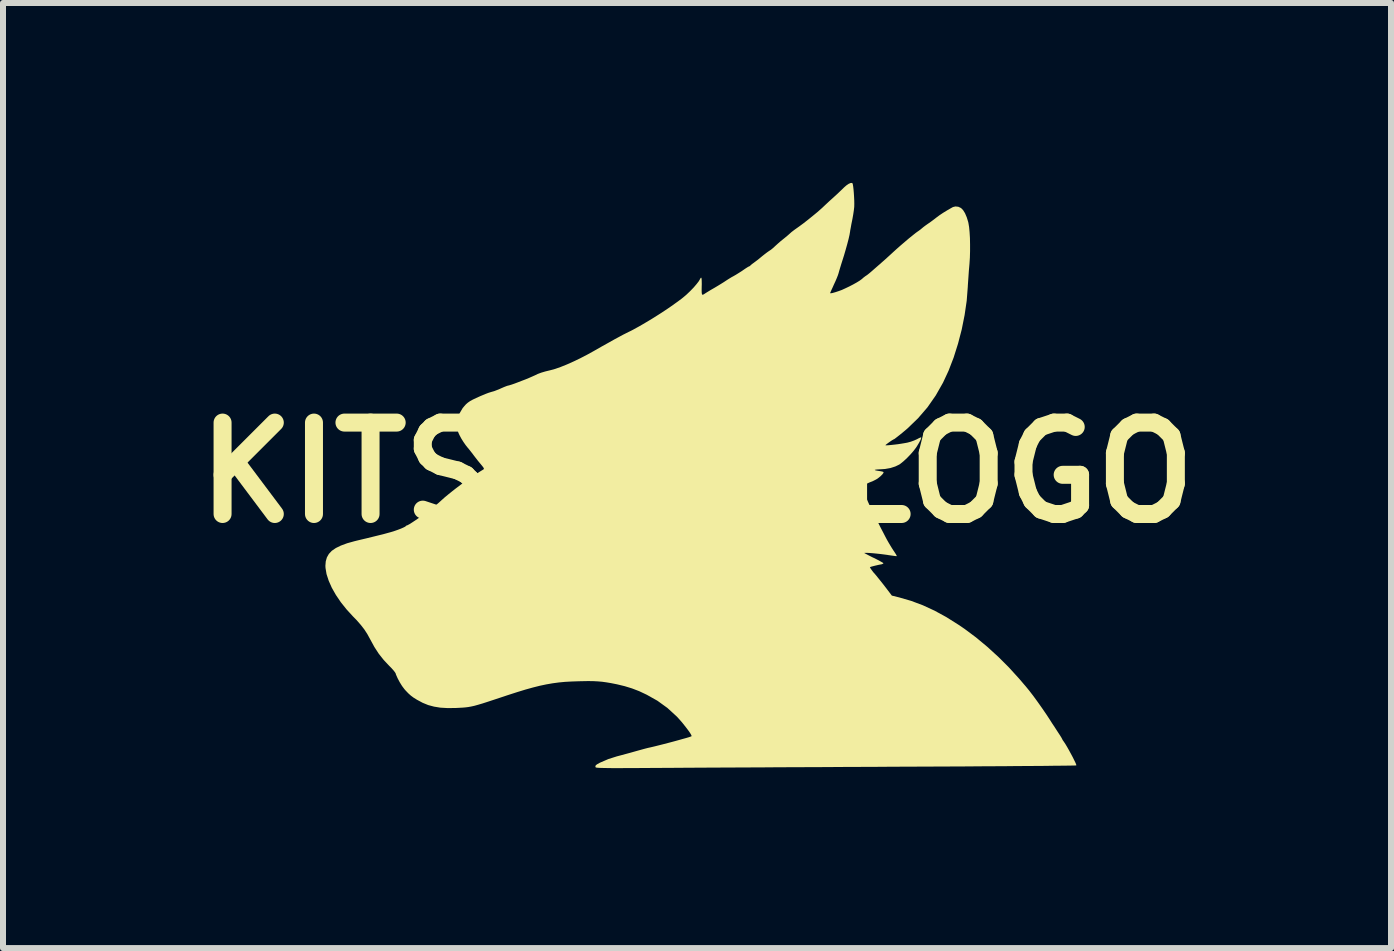
<source format=kicad_pcb>
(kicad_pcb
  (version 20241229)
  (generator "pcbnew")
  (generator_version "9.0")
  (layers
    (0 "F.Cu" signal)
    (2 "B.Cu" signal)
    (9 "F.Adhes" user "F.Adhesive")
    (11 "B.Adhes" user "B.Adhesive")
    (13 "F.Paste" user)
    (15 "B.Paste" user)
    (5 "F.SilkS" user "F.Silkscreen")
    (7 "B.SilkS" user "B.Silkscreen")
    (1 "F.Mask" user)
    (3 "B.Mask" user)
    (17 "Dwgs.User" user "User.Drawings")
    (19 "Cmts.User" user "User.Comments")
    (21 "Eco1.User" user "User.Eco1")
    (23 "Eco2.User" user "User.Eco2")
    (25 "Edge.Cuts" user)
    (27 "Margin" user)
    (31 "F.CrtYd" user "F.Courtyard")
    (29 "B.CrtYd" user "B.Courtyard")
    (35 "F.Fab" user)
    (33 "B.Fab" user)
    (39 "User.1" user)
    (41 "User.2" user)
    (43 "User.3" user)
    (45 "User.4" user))
  (footprint "KITSUNE_LOGO"
    (layer "F.Cu")
    (at 8.571 4.83)
    (property "Reference" "KITSUNE_LOGO" (at 0 0 0) (layer "F.SilkS") (effects (font (size 1.524 1.524) (thickness 0.3))))
    (attr board_only exclude_from_pos_files exclude_from_bom)
    (fp_poly (pts (xy 2.59 -4.826) (xy 2.597 -4.809) (xy 2.603 -4.773) (xy 2.609 -4.723) (xy 2.614 -4.664) (xy 2.618 -4.601) (xy 2.621 -4.539) (xy 2.622 -4.482) (xy 2.621 -4.435) (xy 2.62 -4.423) (xy 2.614 -4.37) (xy 2.604 -4.304) (xy 2.592 -4.236) (xy 2.585 -4.2) (xy 2.573 -4.142) (xy 2.563 -4.085) (xy 2.554 -4.038) (xy 2.551 -4.015) (xy 2.542 -3.963) (xy 2.526 -3.893) (xy 2.504 -3.809) (xy 2.478 -3.716) (xy 2.449 -3.617) (xy 2.424 -3.538) (xy 2.404 -3.475) (xy 2.386 -3.416) (xy 2.371 -3.366) (xy 2.361 -3.33) (xy 2.359 -3.323) (xy 2.349 -3.292) (xy 2.331 -3.246) (xy 2.308 -3.192) (xy 2.282 -3.136) (xy 2.259 -3.084) (xy 2.239 -3.041) (xy 2.225 -3.009) (xy 2.219 -2.994) (xy 2.219 -2.993) (xy 2.229 -2.99) (xy 2.258 -2.995) (xy 2.308 -3.009) (xy 2.365 -3.028) (xy 2.414 -3.046) (xy 2.473 -3.073) (xy 2.538 -3.104) (xy 2.602 -3.137) (xy 2.661 -3.17) (xy 2.71 -3.2) (xy 2.743 -3.224) (xy 2.748 -3.228) (xy 2.779 -3.255) (xy 2.811 -3.279) (xy 2.815 -3.281) (xy 2.841 -3.299) (xy 2.876 -3.327) (xy 2.91 -3.356) (xy 2.95 -3.391) (xy 2.998 -3.433) (xy 3.044 -3.473) (xy 3.046 -3.474) (xy 3.08 -3.505) (xy 3.127 -3.546) (xy 3.181 -3.595) (xy 3.237 -3.646) (xy 3.265 -3.672) (xy 3.329 -3.73) (xy 3.397 -3.79) (xy 3.466 -3.849) (xy 3.533 -3.906) (xy 3.594 -3.955) (xy 3.645 -3.996) (xy 3.684 -4.024) (xy 3.689 -4.027) (xy 3.722 -4.051) (xy 3.752 -4.076) (xy 3.775 -4.095) (xy 3.811 -4.122) (xy 3.852 -4.151) (xy 3.857 -4.154) (xy 3.905 -4.188) (xy 3.956 -4.226) (xy 3.997 -4.258) (xy 4.043 -4.292) (xy 4.103 -4.332) (xy 4.172 -4.374) (xy 4.243 -4.415) (xy 4.267 -4.428) (xy 4.308 -4.438) (xy 4.356 -4.433) (xy 4.401 -4.412) (xy 4.435 -4.378) (xy 4.468 -4.325) (xy 4.497 -4.257) (xy 4.521 -4.179) (xy 4.525 -4.16) (xy 4.536 -4.094) (xy 4.544 -4.01) (xy 4.55 -3.912) (xy 4.552 -3.806) (xy 4.552 -3.695) (xy 4.549 -3.584) (xy 4.542 -3.479) (xy 4.539 -3.445) (xy 4.532 -3.365) (xy 4.526 -3.278) (xy 4.52 -3.193) (xy 4.515 -3.12) (xy 4.514 -3.097) (xy 4.496 -2.865) (xy 4.461 -2.627) (xy 4.413 -2.387) (xy 4.351 -2.149) (xy 4.278 -1.918) (xy 4.194 -1.7) (xy 4.101 -1.5) (xy 3.98 -1.287) (xy 3.842 -1.089) (xy 3.685 -0.907) (xy 3.51 -0.738) (xy 3.426 -0.667) (xy 3.379 -0.629) (xy 3.337 -0.596) (xy 3.306 -0.572) (xy 3.288 -0.559) (xy 3.285 -0.558) (xy 3.272 -0.552) (xy 3.247 -0.537) (xy 3.216 -0.516) (xy 3.185 -0.494) (xy 3.159 -0.474) (xy 3.143 -0.461) (xy 3.141 -0.457) (xy 3.155 -0.455) (xy 3.188 -0.457) (xy 3.234 -0.461) (xy 3.289 -0.467) (xy 3.348 -0.474) (xy 3.407 -0.483) (xy 3.461 -0.492) (xy 3.505 -0.5) (xy 3.509 -0.501) (xy 3.564 -0.516) (xy 3.619 -0.536) (xy 3.664 -0.556) (xy 3.67 -0.559) (xy 3.703 -0.577) (xy 3.728 -0.587) (xy 3.737 -0.589) (xy 3.737 -0.574) (xy 3.725 -0.543) (xy 3.702 -0.499) (xy 3.67 -0.446) (xy 3.652 -0.418) (xy 3.611 -0.364) (xy 3.559 -0.304) (xy 3.502 -0.245) (xy 3.444 -0.191) (xy 3.392 -0.149) (xy 3.372 -0.135) (xy 3.306 -0.103) (xy 3.225 -0.077) (xy 3.135 -0.061) (xy 3.063 -0.056) (xy 3.018 -0.054) (xy 2.984 -0.051) (xy 2.965 -0.047) (xy 2.963 -0.045) (xy 2.973 -0.039) (xy 3.001 -0.033) (xy 3.033 -0.028) (xy 3.071 -0.022) (xy 3.099 -0.015) (xy 3.11 -0.009) (xy 3.107 0.006) (xy 3.089 0.03) (xy 3.061 0.058) (xy 3.027 0.086) (xy 2.992 0.11) (xy 2.983 0.115) (xy 2.942 0.136) (xy 2.894 0.156) (xy 2.874 0.164) (xy 2.835 0.182) (xy 2.813 0.2) (xy 2.801 0.223) (xy 2.793 0.254) (xy 2.79 0.286) (xy 2.793 0.322) (xy 2.803 0.364) (xy 2.82 0.416) (xy 2.847 0.479) (xy 2.882 0.556) (xy 2.928 0.65) (xy 2.952 0.7) (xy 3.01 0.814) (xy 3.058 0.911) (xy 3.1 0.991) (xy 3.135 1.059) (xy 3.165 1.116) (xy 3.193 1.165) (xy 3.219 1.209) (xy 3.244 1.25) (xy 3.27 1.291) (xy 3.296 1.33) (xy 3.316 1.361) (xy 3.328 1.383) (xy 3.33 1.392) (xy 3.317 1.392) (xy 3.286 1.388) (xy 3.241 1.382) (xy 3.186 1.374) (xy 3.176 1.372) (xy 3.117 1.364) (xy 3.053 1.356) (xy 2.988 1.349) (xy 2.926 1.343) (xy 2.872 1.339) (xy 2.828 1.337) (xy 2.799 1.337) (xy 2.789 1.339) (xy 2.789 1.34) (xy 2.801 1.347) (xy 2.831 1.363) (xy 2.873 1.385) (xy 2.924 1.411) (xy 2.948 1.422) (xy 3.002 1.449) (xy 3.049 1.474) (xy 3.084 1.494) (xy 3.104 1.506) (xy 3.107 1.509) (xy 3.102 1.518) (xy 3.081 1.527) (xy 3.076 1.528) (xy 3.024 1.538) (xy 2.973 1.55) (xy 2.929 1.561) (xy 2.897 1.57) (xy 2.882 1.577) (xy 2.882 1.577) (xy 2.888 1.589) (xy 2.903 1.612) (xy 2.923 1.639) (xy 2.94 1.662) (xy 2.951 1.673) (xy 2.963 1.687) (xy 2.987 1.715) (xy 3.019 1.755) (xy 3.056 1.801) (xy 3.095 1.85) (xy 3.133 1.899) (xy 3.167 1.943) (xy 3.172 1.95) (xy 3.248 2.05) (xy 3.37 2.08) (xy 3.57 2.138) (xy 3.765 2.211) (xy 3.96 2.301) (xy 4.156 2.408) (xy 4.356 2.534) (xy 4.462 2.606) (xy 4.651 2.747) (xy 4.841 2.905) (xy 5.027 3.075) (xy 5.203 3.251) (xy 5.364 3.428) (xy 5.379 3.445) (xy 5.415 3.487) (xy 5.454 3.533) (xy 5.476 3.558) (xy 5.535 3.63) (xy 5.603 3.718) (xy 5.676 3.818) (xy 5.751 3.924) (xy 5.825 4.032) (xy 5.882 4.119) (xy 5.92 4.179) (xy 5.962 4.242) (xy 6 4.301) (xy 6.026 4.341) (xy 6.053 4.382) (xy 6.074 4.416) (xy 6.086 4.438) (xy 6.089 4.443) (xy 6.095 4.458) (xy 6.101 4.465) (xy 6.119 4.491) (xy 6.144 4.529) (xy 6.173 4.578) (xy 6.204 4.633) (xy 6.235 4.69) (xy 6.265 4.746) (xy 6.29 4.797) (xy 6.31 4.838) (xy 6.322 4.868) (xy 6.324 4.881) (xy 6.324 4.881) (xy 6.312 4.882) (xy 6.277 4.883) (xy 6.222 4.884) (xy 6.146 4.885) (xy 6.051 4.886) (xy 5.937 4.887) (xy 5.807 4.889) (xy 5.66 4.89) (xy 5.498 4.891) (xy 5.322 4.892) (xy 5.133 4.894) (xy 4.931 4.895) (xy 4.719 4.896) (xy 4.496 4.898) (xy 4.265 4.899) (xy 4.025 4.9) (xy 3.778 4.901) (xy 3.526 4.902) (xy 3.255 4.903) (xy 2.98 4.905) (xy 2.703 4.906) (xy 2.425 4.907) (xy 2.149 4.909) (xy 1.875 4.91) (xy 1.606 4.911) (xy 1.344 4.912) (xy 1.089 4.914) (xy 0.844 4.915) (xy 0.61 4.916) (xy 0.39 4.917) (xy 0.183 4.918) (xy -0.006 4.919) (xy -0.178 4.92) (xy -0.33 4.921) (xy -0.46 4.922) (xy -0.473 4.922) (xy -0.669 4.923) (xy -0.842 4.924) (xy -0.995 4.925) (xy -1.128 4.925) (xy -1.244 4.926) (xy -1.342 4.926) (xy -1.425 4.926) (xy -1.494 4.925) (xy -1.55 4.924) (xy -1.595 4.923) (xy -1.629 4.922) (xy -1.654 4.92) (xy -1.672 4.919) (xy -1.683 4.916) (xy -1.689 4.914) (xy -1.692 4.911) (xy -1.695 4.893) (xy -1.686 4.877) (xy -1.663 4.86) (xy -1.621 4.837) (xy -1.617 4.835) (xy -1.478 4.775) (xy -1.336 4.73) (xy -1.267 4.712) (xy -1.19 4.691) (xy -1.112 4.67) (xy -1.038 4.649) (xy -0.974 4.631) (xy -0.93 4.619) (xy -0.883 4.606) (xy -0.837 4.594) (xy -0.817 4.589) (xy -0.767 4.578) (xy -0.704 4.563) (xy -0.632 4.545) (xy -0.553 4.525) (xy -0.472 4.504) (xy -0.39 4.482) (xy -0.313 4.461) (xy -0.242 4.441) (xy -0.181 4.424) (xy -0.133 4.41) (xy -0.102 4.399) (xy -0.091 4.394) (xy -0.093 4.381) (xy -0.108 4.353) (xy -0.133 4.315) (xy -0.167 4.269) (xy -0.207 4.218) (xy -0.249 4.165) (xy -0.293 4.115) (xy -0.335 4.069) (xy -0.342 4.062) (xy -0.494 3.923) (xy -0.66 3.803) (xy -0.838 3.703) (xy -0.965 3.643) (xy -1.085 3.597) (xy -1.206 3.56) (xy -1.338 3.528) (xy -1.344 3.527) (xy -1.434 3.509) (xy -1.512 3.496) (xy -1.584 3.486) (xy -1.656 3.48) (xy -1.732 3.476) (xy -1.819 3.475) (xy -1.921 3.477) (xy -1.969 3.478) (xy -2.088 3.482) (xy -2.199 3.488) (xy -2.304 3.498) (xy -2.408 3.512) (xy -2.512 3.53) (xy -2.621 3.553) (xy -2.736 3.582) (xy -2.862 3.617) (xy -3.002 3.66) (xy -3.157 3.71) (xy -3.277 3.75) (xy -3.395 3.789) (xy -3.495 3.822) (xy -3.579 3.849) (xy -3.65 3.87) (xy -3.711 3.887) (xy -3.765 3.899) (xy -3.815 3.908) (xy -3.863 3.914) (xy -3.914 3.918) (xy -3.971 3.921) (xy -4.028 3.924) (xy -4.163 3.925) (xy -4.281 3.918) (xy -4.385 3.901) (xy -4.482 3.875) (xy -4.575 3.837) (xy -4.668 3.787) (xy -4.673 3.784) (xy -4.729 3.749) (xy -4.773 3.716) (xy -4.814 3.679) (xy -4.859 3.632) (xy -4.879 3.609) (xy -4.918 3.557) (xy -4.957 3.494) (xy -4.992 3.428) (xy -5.019 3.367) (xy -5.025 3.346) (xy -5.037 3.327) (xy -5.061 3.296) (xy -5.095 3.258) (xy -5.129 3.224) (xy -5.223 3.124) (xy -5.305 3.021) (xy -5.379 2.907) (xy -5.45 2.777) (xy -5.496 2.693) (xy -5.547 2.614) (xy -5.608 2.536) (xy -5.681 2.453) (xy -5.738 2.395) (xy -5.844 2.279) (xy -5.939 2.16) (xy -6.021 2.039) (xy -6.089 1.919) (xy -6.141 1.802) (xy -6.177 1.691) (xy -6.194 1.589) (xy -6.196 1.553) (xy -6.19 1.479) (xy -6.171 1.413) (xy -6.138 1.355) (xy -6.089 1.303) (xy -6.022 1.257) (xy -5.938 1.216) (xy -5.833 1.177) (xy -5.707 1.142) (xy -5.646 1.127) (xy -5.515 1.096) (xy -5.405 1.069) (xy -5.312 1.046) (xy -5.234 1.027) (xy -5.169 1.009) (xy -5.114 0.994) (xy -5.066 0.98) (xy -5.025 0.966) (xy -4.988 0.953) (xy -4.938 0.934) (xy -4.897 0.916) (xy -4.869 0.902) (xy -4.859 0.895) (xy -4.848 0.883) (xy -4.845 0.883) (xy -4.826 0.876) (xy -4.791 0.857) (xy -4.744 0.827) (xy -4.687 0.789) (xy -4.624 0.745) (xy -4.557 0.697) (xy -4.49 0.647) (xy -4.425 0.598) (xy -4.364 0.55) (xy -4.312 0.507) (xy -4.271 0.47) (xy -4.27 0.469) (xy -4.202 0.408) (xy -4.118 0.339) (xy -4.024 0.265) (xy -3.923 0.189) (xy -3.82 0.115) (xy -3.72 0.047) (xy -3.627 -0.013) (xy -3.562 -0.053) (xy -3.554 -0.06) (xy -3.554 -0.071) (xy -3.564 -0.089) (xy -3.586 -0.117) (xy -3.614 -0.151) (xy -3.653 -0.198) (xy -3.692 -0.248) (xy -3.725 -0.291) (xy -3.733 -0.302) (xy -3.766 -0.345) (xy -3.8 -0.388) (xy -3.822 -0.414) (xy -3.857 -0.458) (xy -3.894 -0.511) (xy -3.929 -0.567) (xy -3.958 -0.621) (xy -3.979 -0.666) (xy -3.987 -0.691) (xy -3.997 -0.798) (xy -3.987 -0.9) (xy -3.956 -0.994) (xy -3.908 -1.075) (xy -3.879 -1.11) (xy -3.852 -1.14) (xy -3.821 -1.167) (xy -3.785 -1.192) (xy -3.74 -1.217) (xy -3.683 -1.244) (xy -3.61 -1.277) (xy -3.521 -1.314) (xy -3.476 -1.331) (xy -3.428 -1.346) (xy -3.417 -1.349) (xy -3.382 -1.359) (xy -3.335 -1.377) (xy -3.284 -1.398) (xy -3.264 -1.407) (xy -3.218 -1.427) (xy -3.18 -1.442) (xy -3.153 -1.451) (xy -3.146 -1.452) (xy -3.127 -1.457) (xy -3.091 -1.468) (xy -3.042 -1.485) (xy -2.984 -1.507) (xy -2.922 -1.531) (xy -2.859 -1.555) (xy -2.801 -1.579) (xy -2.751 -1.601) (xy -2.713 -1.618) (xy -2.708 -1.62) (xy -2.654 -1.646) (xy -2.597 -1.667) (xy -2.53 -1.687) (xy -2.448 -1.707) (xy -2.44 -1.709) (xy -2.364 -1.73) (xy -2.273 -1.762) (xy -2.169 -1.804) (xy -2.057 -1.854) (xy -1.939 -1.911) (xy -1.82 -1.973) (xy -1.717 -2.03) (xy -1.584 -2.106) (xy -1.469 -2.17) (xy -1.373 -2.224) (xy -1.293 -2.267) (xy -1.23 -2.301) (xy -1.182 -2.325) (xy -1.179 -2.327) (xy -1.136 -2.348) (xy -1.103 -2.364) (xy -1.076 -2.378) (xy -1.048 -2.393) (xy -1.012 -2.413) (xy -0.963 -2.44) (xy -0.956 -2.444) (xy -0.853 -2.504) (xy -0.745 -2.569) (xy -0.637 -2.637) (xy -0.531 -2.706) (xy -0.431 -2.774) (xy -0.34 -2.839) (xy -0.261 -2.897) (xy -0.199 -2.948) (xy -0.179 -2.965) (xy -0.115 -3.026) (xy -0.056 -3.087) (xy -0.008 -3.143) (xy 0.029 -3.191) (xy 0.049 -3.225) (xy 0.061 -3.247) (xy 0.07 -3.251) (xy 0.076 -3.235) (xy 0.078 -3.198) (xy 0.079 -3.141) (xy 0.078 -3.108) (xy 0.077 -3.044) (xy 0.078 -3.001) (xy 0.082 -2.976) (xy 0.09 -2.965) (xy 0.103 -2.968) (xy 0.123 -2.98) (xy 0.128 -2.983) (xy 0.149 -2.997) (xy 0.185 -3.019) (xy 0.231 -3.047) (xy 0.283 -3.077) (xy 0.29 -3.081) (xy 0.347 -3.115) (xy 0.401 -3.148) (xy 0.449 -3.178) (xy 0.482 -3.2) (xy 0.482 -3.2) (xy 0.527 -3.229) (xy 0.578 -3.26) (xy 0.606 -3.275) (xy 0.646 -3.298) (xy 0.696 -3.329) (xy 0.748 -3.362) (xy 0.765 -3.374) (xy 0.806 -3.402) (xy 0.84 -3.424) (xy 0.863 -3.437) (xy 0.87 -3.439) (xy 0.884 -3.447) (xy 0.885 -3.449) (xy 0.896 -3.46) (xy 0.92 -3.48) (xy 0.941 -3.495) (xy 0.973 -3.519) (xy 1.017 -3.552) (xy 1.063 -3.59) (xy 1.086 -3.609) (xy 1.129 -3.643) (xy 1.167 -3.672) (xy 1.197 -3.693) (xy 1.209 -3.701) (xy 1.232 -3.716) (xy 1.265 -3.743) (xy 1.3 -3.775) (xy 1.302 -3.777) (xy 1.345 -3.816) (xy 1.393 -3.858) (xy 1.429 -3.887) (xy 1.47 -3.92) (xy 1.512 -3.955) (xy 1.538 -3.978) (xy 1.575 -4.011) (xy 1.618 -4.044) (xy 1.636 -4.057) (xy 1.701 -4.103) (xy 1.777 -4.159) (xy 1.856 -4.221) (xy 1.935 -4.285) (xy 2.008 -4.345) (xy 2.068 -4.398) (xy 2.087 -4.415) (xy 2.141 -4.466) (xy 2.202 -4.523) (xy 2.262 -4.577) (xy 2.295 -4.607) (xy 2.342 -4.65) (xy 2.388 -4.694) (xy 2.429 -4.733) (xy 2.451 -4.755) (xy 2.49 -4.789) (xy 2.528 -4.815) (xy 2.561 -4.829) (xy 2.585 -4.83)) (stroke (width 0) (type solid)) (fill yes) (layer "F.SilkS")))
  (gr_rect
    (start -3 -3)
    (end 20.141 12.756)
    (stroke (width 0.1) (type default))
    (fill no)
    (layer "Edge.Cuts")))
</source>
